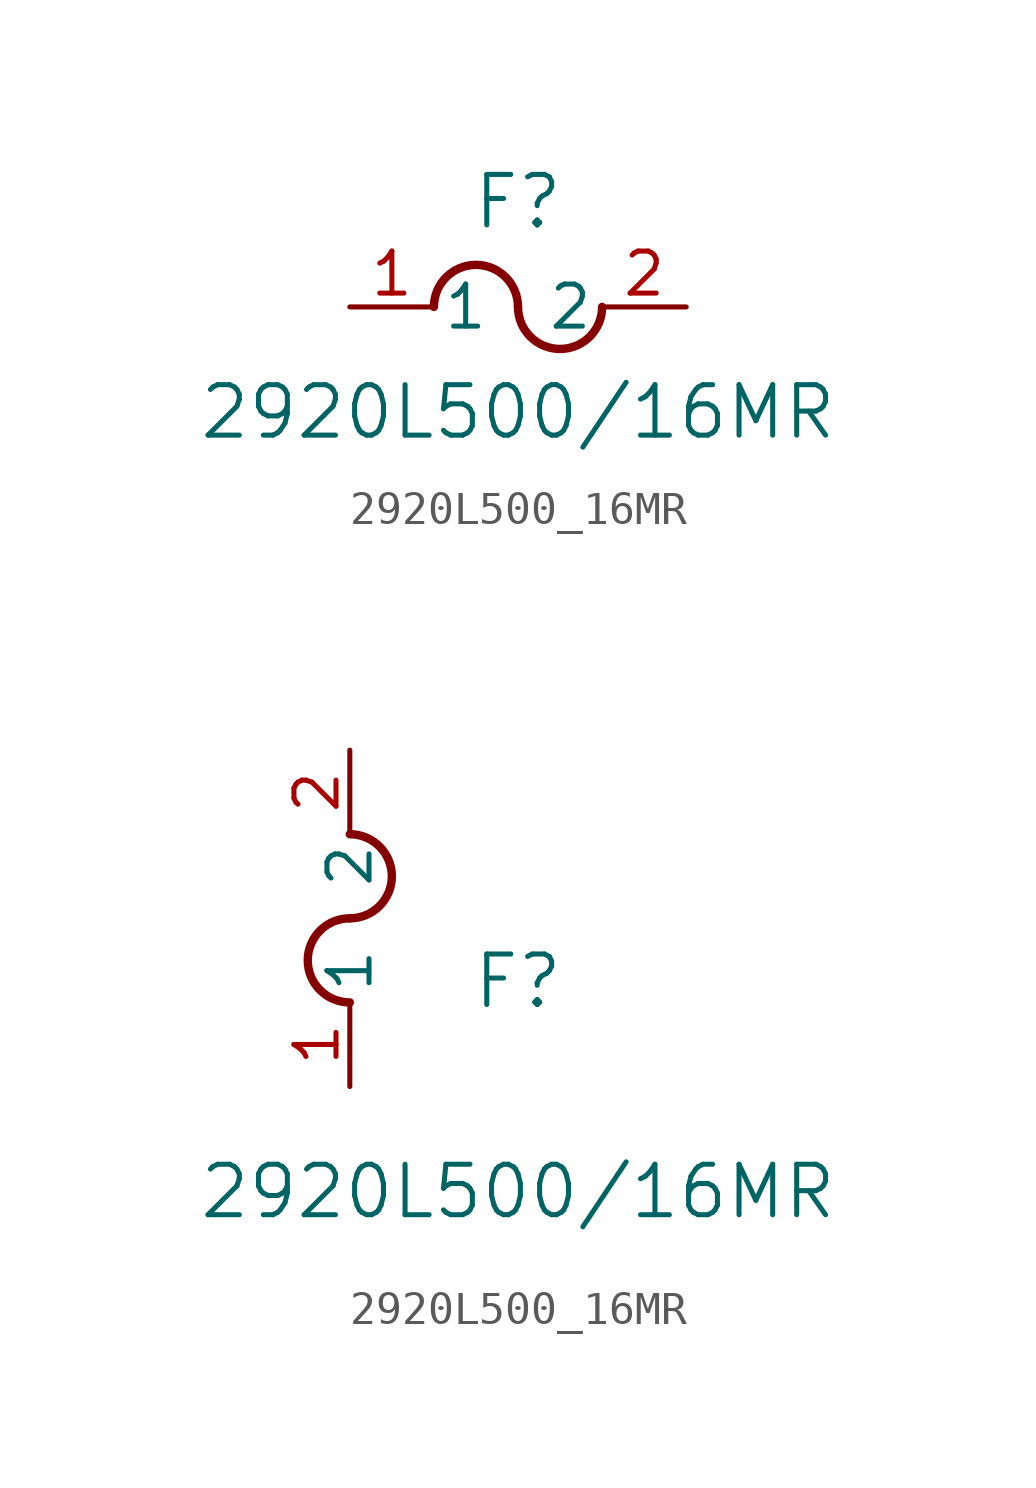
<source format=kicad_sym>
(kicad_symbol_lib
  (version 20211014)
  (generator kicad_symbol_editor)
  (symbol "2920L500_16MR"
    (pin_names
      (offset 0.254))
    (property "Reference" "F"
      (at 5.08 3.175 0)
      (effects (font (size 1.524 1.524))))
    (property "Value" "2920L500/16MR"
      (at 5.08 -3.175 0)
      (effects (font (size 1.524 1.524))))
    (symbol "2920L500_16MR_1_1"
      (arc (start 5.08 0) (mid 3.81 1.27) (end 2.54 0) (stroke (width 0.254) (type default) (color 0 0 0 0)) (fill (type none)))
      (arc (start 5.08 0) (mid 6.35 -1.27) (end 7.62 0) (stroke (width 0.254) (type default) (color 0 0 0 0)) (fill (type none)))
      (pin unspecified line (at 0 0 0) (length 2.54) (name "1" (effects (font (size 1.27 1.27)))) (number "1" (effects (font (size 1.27 1.27)))))
      (pin unspecified line (at 10.16 0 180) (length 2.54) (name "2" (effects (font (size 1.27 1.27)))) (number "2" (effects (font (size 1.27 1.27))))))
    (symbol "2920L500_16MR_1_2"
      (arc (start 0 5.08) (mid -1.27 3.81) (end 0 2.54) (stroke (width 0.254) (type default) (color 0 0 0 0)) (fill (type none)))
      (arc (start 0 5.08) (mid 1.27 6.35) (end 0 7.62) (stroke (width 0.254) (type default) (color 0 0 0 0)) (fill (type none)))
      (pin unspecified line (at 0 0 90) (length 2.54) (name "1" (effects (font (size 1.27 1.27)))) (number "1" (effects (font (size 1.27 1.27)))))
      (pin unspecified line (at 0 10.16 270) (length 2.54) (name "2" (effects (font (size 1.27 1.27)))) (number "2" (effects (font (size 1.27 1.27))))))))
</source>
